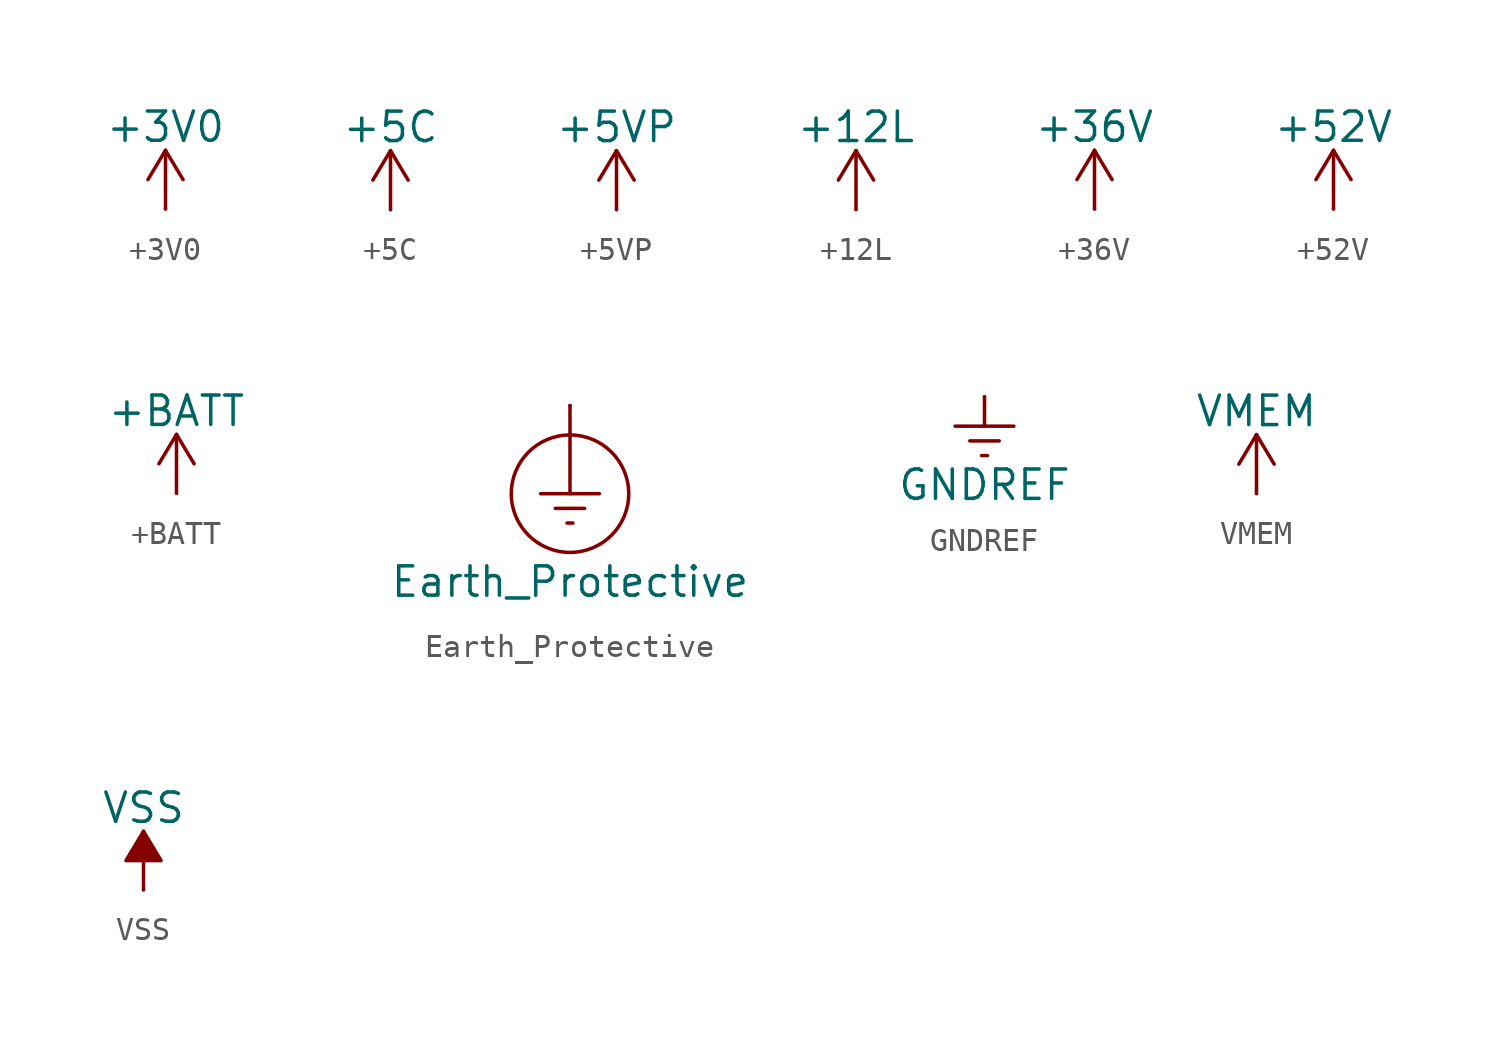
<source format=kicad_sym>
(kicad_symbol_lib
  (version 20231120)
  (generator "kicad_symbol_editor")
  (generator_version "8.0")
  (symbol "+3V0"
    (power)
    (pin_numbers hide)
    (pin_names
      (offset 0) hide)
    (property "Reference" "#PWR"
      (at 0 -3.81 0)
      (effects (font (size 1.27 1.27)) (hide yes)))
    (property "Value" "+3V0"
      (at 0 3.556 0)
      (effects (font (size 1.27 1.27))))
    (symbol "+3V0_0_1"
      (polyline (pts (xy -0.762 1.27) (xy 0 2.54)) (stroke (width 0) (type default)) (fill (type none)))
      (polyline (pts (xy 0 0) (xy 0 2.54)) (stroke (width 0) (type default)) (fill (type none)))
      (polyline (pts (xy 0 2.54) (xy 0.762 1.27)) (stroke (width 0) (type default)) (fill (type none))))
    (symbol "+3V0_1_1"
      (pin power_in line (at 0 0 90) (length 0) (name "~" (effects (font (size 1.27 1.27)))) (number "1" (effects (font (size 1.27 1.27)))))))
  (symbol "+5C"
    (power)
    (pin_numbers hide)
    (pin_names
      (offset 0) hide)
    (property "Reference" "#PWR"
      (at 0 -3.81 0)
      (effects (font (size 1.27 1.27)) (hide yes)))
    (property "Value" "+5C"
      (at 0 3.556 0)
      (effects (font (size 1.27 1.27))))
    (symbol "+5C_0_1"
      (polyline (pts (xy -0.762 1.27) (xy 0 2.54)) (stroke (width 0) (type default)) (fill (type none)))
      (polyline (pts (xy 0 0) (xy 0 2.54)) (stroke (width 0) (type default)) (fill (type none)))
      (polyline (pts (xy 0 2.54) (xy 0.762 1.27)) (stroke (width 0) (type default)) (fill (type none))))
    (symbol "+5C_1_1"
      (pin power_in line (at 0 0 90) (length 0) (name "~" (effects (font (size 1.27 1.27)))) (number "1" (effects (font (size 1.27 1.27)))))))
  (symbol "+5VP"
    (power)
    (pin_numbers hide)
    (pin_names
      (offset 0) hide)
    (property "Reference" "#PWR"
      (at 0 -3.81 0)
      (effects (font (size 1.27 1.27)) (hide yes)))
    (property "Value" "+5VP"
      (at 0 3.556 0)
      (effects (font (size 1.27 1.27))))
    (symbol "+5VP_0_1"
      (polyline (pts (xy -0.762 1.27) (xy 0 2.54)) (stroke (width 0) (type default)) (fill (type none)))
      (polyline (pts (xy 0 0) (xy 0 2.54)) (stroke (width 0) (type default)) (fill (type none)))
      (polyline (pts (xy 0 2.54) (xy 0.762 1.27)) (stroke (width 0) (type default)) (fill (type none))))
    (symbol "+5VP_1_1"
      (pin power_in line (at 0 0 90) (length 0) (name "~" (effects (font (size 1.27 1.27)))) (number "1" (effects (font (size 1.27 1.27)))))))
  (symbol "+12L"
    (power)
    (pin_numbers hide)
    (pin_names
      (offset 0) hide)
    (property "Reference" "#PWR"
      (at 0 -3.81 0)
      (effects (font (size 1.27 1.27)) (hide yes)))
    (property "Value" "+12L"
      (at 0 3.556 0)
      (effects (font (size 1.27 1.27))))
    (symbol "+12L_0_1"
      (polyline (pts (xy -0.762 1.27) (xy 0 2.54)) (stroke (width 0) (type default)) (fill (type none)))
      (polyline (pts (xy 0 0) (xy 0 2.54)) (stroke (width 0) (type default)) (fill (type none)))
      (polyline (pts (xy 0 2.54) (xy 0.762 1.27)) (stroke (width 0) (type default)) (fill (type none))))
    (symbol "+12L_1_1"
      (pin power_in line (at 0 0 90) (length 0) (name "~" (effects (font (size 1.27 1.27)))) (number "1" (effects (font (size 1.27 1.27)))))))
  (symbol "+36V"
    (power)
    (pin_numbers hide)
    (pin_names
      (offset 0) hide)
    (property "Reference" "#PWR"
      (at 0 -3.81 0)
      (effects (font (size 1.27 1.27)) (hide yes)))
    (property "Value" "+36V"
      (at 0 3.556 0)
      (effects (font (size 1.27 1.27))))
    (symbol "+36V_0_1"
      (polyline (pts (xy -0.762 1.27) (xy 0 2.54)) (stroke (width 0) (type default)) (fill (type none)))
      (polyline (pts (xy 0 0) (xy 0 2.54)) (stroke (width 0) (type default)) (fill (type none)))
      (polyline (pts (xy 0 2.54) (xy 0.762 1.27)) (stroke (width 0) (type default)) (fill (type none))))
    (symbol "+36V_1_1"
      (pin power_in line (at 0 0 90) (length 0) (name "~" (effects (font (size 1.27 1.27)))) (number "1" (effects (font (size 1.27 1.27)))))))
  (symbol "+52V"
    (power)
    (pin_numbers hide)
    (pin_names
      (offset 0) hide)
    (property "Reference" "#PWR"
      (at 0 -3.81 0)
      (effects (font (size 1.27 1.27)) (hide yes)))
    (property "Value" "+52V"
      (at 0 3.556 0)
      (effects (font (size 1.27 1.27))))
    (symbol "+52V_0_1"
      (polyline (pts (xy -0.762 1.27) (xy 0 2.54)) (stroke (width 0) (type default)) (fill (type none)))
      (polyline (pts (xy 0 0) (xy 0 2.54)) (stroke (width 0) (type default)) (fill (type none)))
      (polyline (pts (xy 0 2.54) (xy 0.762 1.27)) (stroke (width 0) (type default)) (fill (type none))))
    (symbol "+52V_1_1"
      (pin power_in line (at 0 0 90) (length 0) (name "~" (effects (font (size 1.27 1.27)))) (number "1" (effects (font (size 1.27 1.27)))))))
  (symbol "+BATT"
    (power)
    (pin_numbers hide)
    (pin_names
      (offset 0) hide)
    (property "Reference" "#PWR"
      (at 0 -3.81 0)
      (effects (font (size 1.27 1.27)) (hide yes)))
    (property "Value" "+BATT"
      (at 0 3.556 0)
      (effects (font (size 1.27 1.27))))
    (symbol "+BATT_0_1"
      (polyline (pts (xy -0.762 1.27) (xy 0 2.54)) (stroke (width 0) (type default)) (fill (type none)))
      (polyline (pts (xy 0 0) (xy 0 2.54)) (stroke (width 0) (type default)) (fill (type none)))
      (polyline (pts (xy 0 2.54) (xy 0.762 1.27)) (stroke (width 0) (type default)) (fill (type none))))
    (symbol "+BATT_1_1"
      (pin power_in line (at 0 0 90) (length 0) (name "~" (effects (font (size 1.27 1.27)))) (number "1" (effects (font (size 1.27 1.27)))))))
  (symbol "Earth_Protective"
    (power)
    (pin_numbers hide)
    (pin_names
      (offset 0) hide)
    (property "Reference" "#PWR"
      (at 0 -10.16 0)
      (effects (font (size 1.27 1.27)) (hide yes)))
    (property "Value" "Earth_Protective"
      (at 0 -7.62 0)
      (effects (font (size 1.27 1.27))))
    (symbol "Earth_Protective_0_1"
      (circle (center 0 -3.81) (radius 2.54) (stroke (width 0) (type default)) (fill (type none)))
      (polyline (pts (xy -0.635 -4.445) (xy 0.635 -4.445)) (stroke (width 0) (type default)) (fill (type none)))
      (polyline (pts (xy -0.127 -5.08) (xy 0.127 -5.08)) (stroke (width 0) (type default)) (fill (type none)))
      (polyline (pts (xy 0 -3.81) (xy 0 0)) (stroke (width 0) (type default)) (fill (type none)))
      (polyline (pts (xy 1.27 -3.81) (xy -1.27 -3.81)) (stroke (width 0) (type default)) (fill (type none))))
    (symbol "Earth_Protective_1_1"
      (pin power_in line (at 0 0 270) (length 0) (name "~" (effects (font (size 1.27 1.27)))) (number "1" (effects (font (size 1.27 1.27)))))))
  (symbol "GNDREF"
    (power)
    (pin_numbers hide)
    (pin_names
      (offset 0) hide)
    (property "Reference" "#PWR"
      (at 0 -6.35 0)
      (effects (font (size 1.27 1.27)) (hide yes)))
    (property "Value" "GNDREF"
      (at 0 -3.81 0)
      (effects (font (size 1.27 1.27))))
    (symbol "GNDREF_0_1"
      (polyline (pts (xy -0.635 -1.905) (xy 0.635 -1.905)) (stroke (width 0) (type default)) (fill (type none)))
      (polyline (pts (xy -0.127 -2.54) (xy 0.127 -2.54)) (stroke (width 0) (type default)) (fill (type none)))
      (polyline (pts (xy 0 -1.27) (xy 0 0)) (stroke (width 0) (type default)) (fill (type none)))
      (polyline (pts (xy 1.27 -1.27) (xy -1.27 -1.27)) (stroke (width 0) (type default)) (fill (type none))))
    (symbol "GNDREF_1_1"
      (pin power_in line (at 0 0 270) (length 0) (name "~" (effects (font (size 1.27 1.27)))) (number "1" (effects (font (size 1.27 1.27)))))))
  (symbol "VMEM"
    (power)
    (pin_numbers hide)
    (pin_names
      (offset 0) hide)
    (property "Reference" "#PWR"
      (at 0 -3.81 0)
      (effects (font (size 1.27 1.27)) (hide yes)))
    (property "Value" "VMEM"
      (at 0 3.556 0)
      (effects (font (size 1.27 1.27))))
    (symbol "VMEM_0_1"
      (polyline (pts (xy -0.762 1.27) (xy 0 2.54)) (stroke (width 0) (type default)) (fill (type none)))
      (polyline (pts (xy 0 0) (xy 0 2.54)) (stroke (width 0) (type default)) (fill (type none)))
      (polyline (pts (xy 0 2.54) (xy 0.762 1.27)) (stroke (width 0) (type default)) (fill (type none))))
    (symbol "VMEM_1_1"
      (pin power_in line (at 0 0 90) (length 0) (name "~" (effects (font (size 1.27 1.27)))) (number "1" (effects (font (size 1.27 1.27)))))))
  (symbol "VSS"
    (power)
    (pin_numbers hide)
    (pin_names
      (offset 0) hide)
    (property "Reference" "#PWR"
      (at 0 -3.81 0)
      (effects (font (size 1.27 1.27)) (hide yes)))
    (property "Value" "VSS"
      (at 0 3.556 0)
      (effects (font (size 1.27 1.27))))
    (symbol "VSS_0_1"
      (polyline (pts (xy 0 0) (xy 0 2.54)) (stroke (width 0) (type default)) (fill (type none)))
      (polyline (pts (xy 0.762 1.27) (xy -0.762 1.27) (xy 0 2.54) (xy 0.762 1.27)) (stroke (width 0) (type default)) (fill (type outline))))
    (symbol "VSS_1_1"
      (pin power_in line (at 0 0 90) (length 0) (name "~" (effects (font (size 1.27 1.27)))) (number "1" (effects (font (size 1.27 1.27))))))))
</source>
